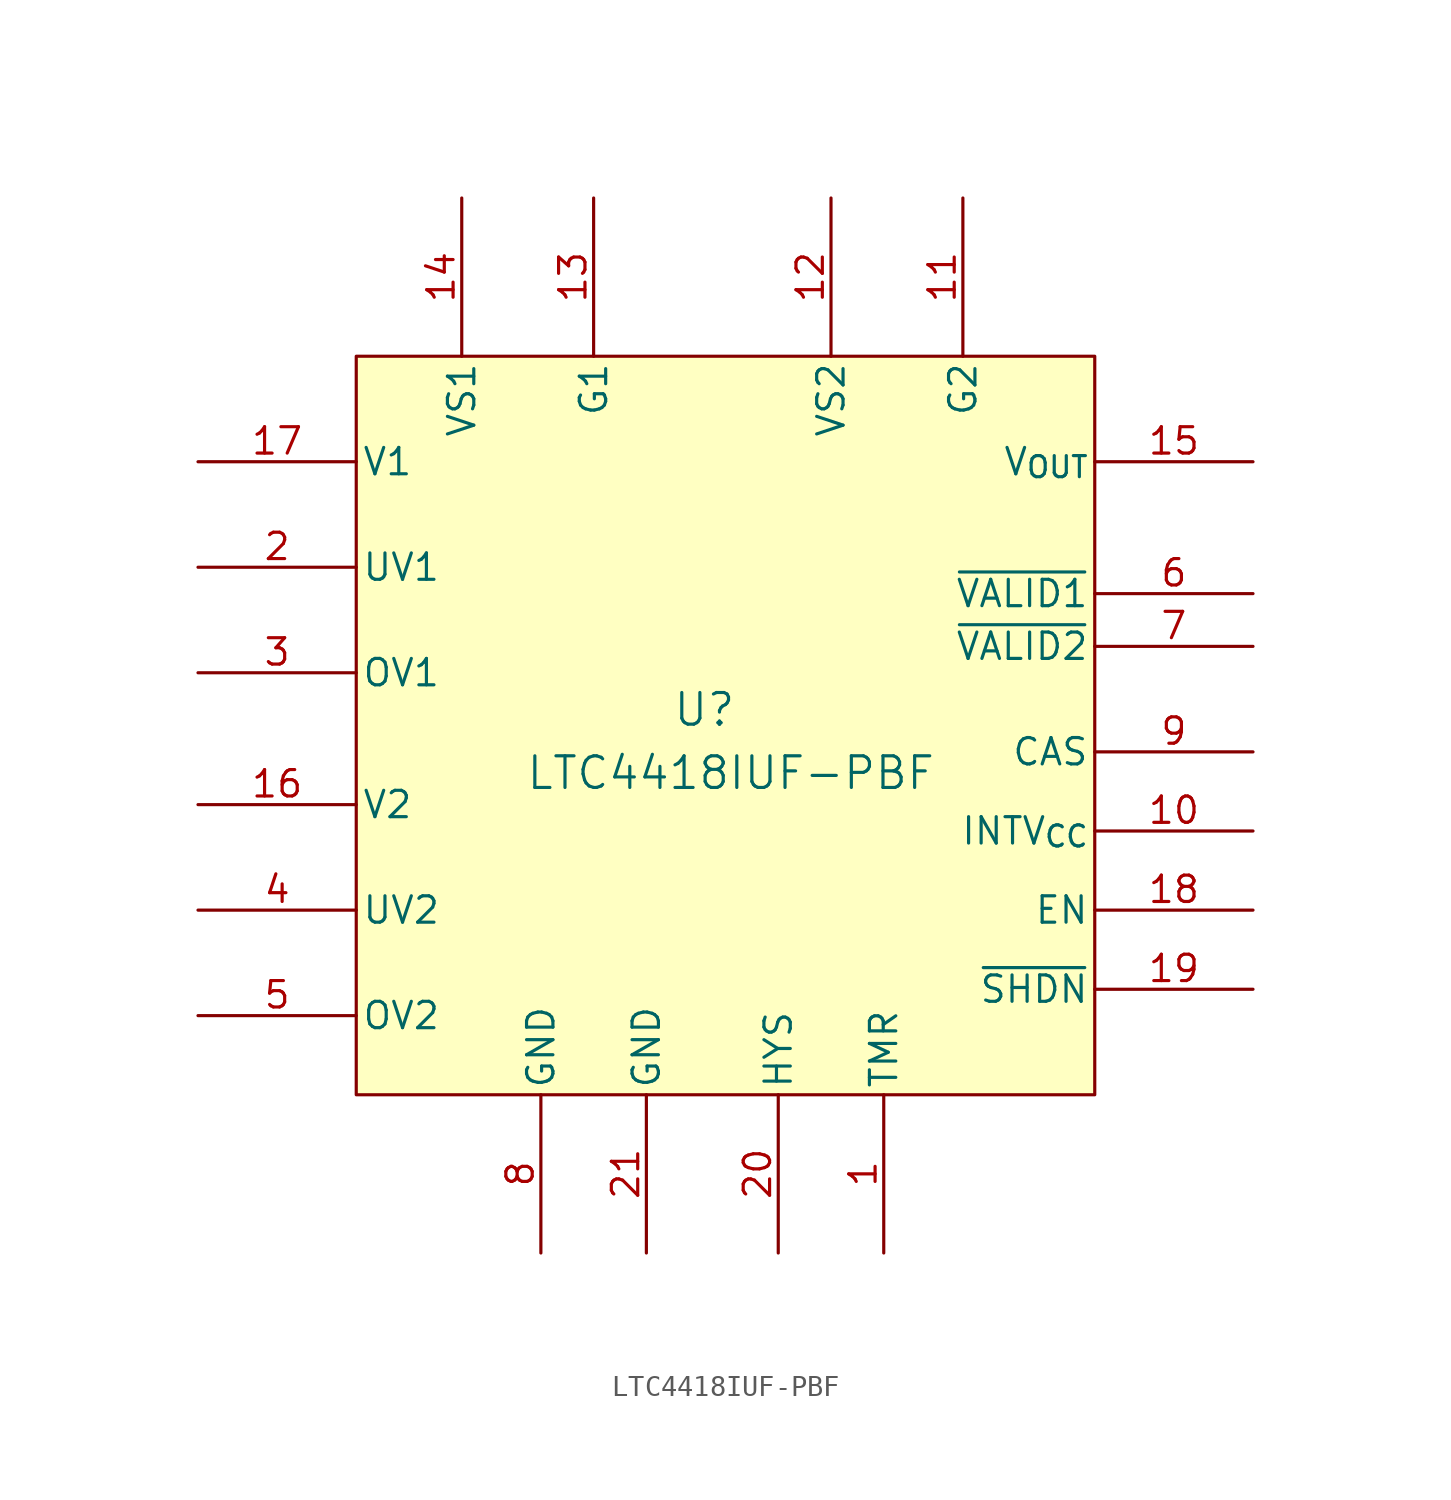
<source format=kicad_sym>
(kicad_symbol_lib
  (version 20231120)
  (generator "kicad_symbol_editor")
  (generator_version "8.0")
  (symbol "LTC4418IUF-PBF"
    (pin_names
      (offset 0.254))
    (property "Reference" "U"
      (at 24.384 -11.938 0)
      (effects (font (size 1.524 1.524))))
    (property "Value" "LTC4418IUF-PBF"
      (at 25.654 -14.986 0)
      (effects (font (size 1.524 1.524))))
    (property "ki_locked" ""
      (at 0 0 0)
      (effects (font (size 1.27 1.27))))
    (symbol "LTC4418IUF-PBF_1_1"
      (rectangle (start 7.62 5.08) (end 43.18 -30.48) (stroke (width 0) (type default) (color 132 0 0 1)) (fill (type background)))
      (pin unspecified line (at 33.02 -38.1 90) (length 7.62) (name "TMR" (effects (font (size 1.27 1.27)))) (number "1" (effects (font (size 1.27 1.27)))))
      (pin unspecified line (at 50.8 -17.78 180) (length 7.62) (name "INTV_{CC}" (effects (font (size 1.27 1.27)))) (number "10" (effects (font (size 1.27 1.27)))))
      (pin bidirectional line (at 36.83 12.7 270) (length 7.62) (name "G2" (effects (font (size 1.27 1.27)))) (number "11" (effects (font (size 1.27 1.27)))))
      (pin unspecified line (at 30.48 12.7 270) (length 7.62) (name "VS2" (effects (font (size 1.27 1.27)))) (number "12" (effects (font (size 1.27 1.27)))))
      (pin bidirectional line (at 19.05 12.7 270) (length 7.62) (name "G1" (effects (font (size 1.27 1.27)))) (number "13" (effects (font (size 1.27 1.27)))))
      (pin bidirectional line (at 12.7 12.7 270) (length 7.62) (name "VS1" (effects (font (size 1.27 1.27)))) (number "14" (effects (font (size 1.27 1.27)))))
      (pin output line (at 50.8 0 180) (length 7.62) (name "V_{OUT}" (effects (font (size 1.27 1.27)))) (number "15" (effects (font (size 1.27 1.27)))))
      (pin bidirectional line (at 0 -16.51 0) (length 7.62) (name "V2" (effects (font (size 1.27 1.27)))) (number "16" (effects (font (size 1.27 1.27)))))
      (pin bidirectional line (at 0 0 0) (length 7.62) (name "V1" (effects (font (size 1.27 1.27)))) (number "17" (effects (font (size 1.27 1.27)))))
      (pin unspecified line (at 50.8 -21.59 180) (length 7.62) (name "EN" (effects (font (size 1.27 1.27)))) (number "18" (effects (font (size 1.27 1.27)))))
      (pin unspecified line (at 50.8 -25.4 180) (length 7.62) (name "~{SHDN}" (effects (font (size 1.27 1.27)))) (number "19" (effects (font (size 1.27 1.27)))))
      (pin bidirectional line (at 0 -5.08 0) (length 7.62) (name "UV1" (effects (font (size 1.27 1.27)))) (number "2" (effects (font (size 1.27 1.27)))))
      (pin unspecified line (at 27.94 -38.1 90) (length 7.62) (name "HYS" (effects (font (size 1.27 1.27)))) (number "20" (effects (font (size 1.27 1.27)))))
      (pin power_out line (at 21.59 -38.1 90) (length 7.62) (name "GND" (effects (font (size 1.27 1.27)))) (number "21" (effects (font (size 1.27 1.27)))))
      (pin bidirectional line (at 0 -10.16 0) (length 7.62) (name "OV1" (effects (font (size 1.27 1.27)))) (number "3" (effects (font (size 1.27 1.27)))))
      (pin bidirectional line (at 0 -21.59 0) (length 7.62) (name "UV2" (effects (font (size 1.27 1.27)))) (number "4" (effects (font (size 1.27 1.27)))))
      (pin bidirectional line (at 0 -26.67 0) (length 7.62) (name "OV2" (effects (font (size 1.27 1.27)))) (number "5" (effects (font (size 1.27 1.27)))))
      (pin bidirectional line (at 50.8 -6.35 180) (length 7.62) (name "~{VALID1}" (effects (font (size 1.27 1.27)))) (number "6" (effects (font (size 1.27 1.27)))))
      (pin bidirectional line (at 50.8 -8.89 180) (length 7.62) (name "~{VALID2}" (effects (font (size 1.27 1.27)))) (number "7" (effects (font (size 1.27 1.27)))))
      (pin power_out line (at 16.51 -38.1 90) (length 7.62) (name "GND" (effects (font (size 1.27 1.27)))) (number "8" (effects (font (size 1.27 1.27)))))
      (pin unspecified line (at 50.8 -13.97 180) (length 7.62) (name "CAS" (effects (font (size 1.27 1.27)))) (number "9" (effects (font (size 1.27 1.27))))))))
</source>
